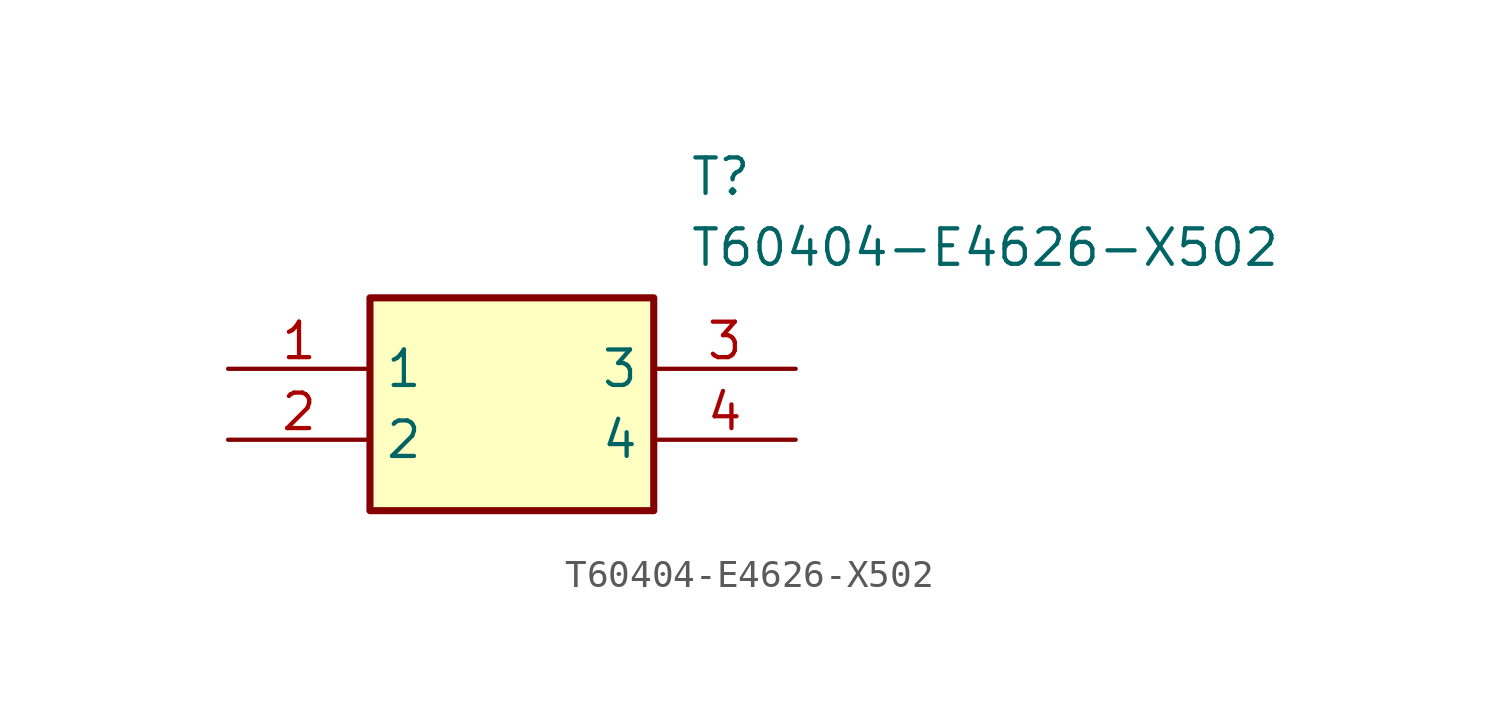
<source format=kicad_sym>
(kicad_symbol_lib
  (version 20211014)
  (generator SamacSys_ECAD_Model)
  (symbol "T60404-E4626-X502"
    (property "Reference" "T"
      (at 16.51 7.62 0)
      (effects (font (size 1.27 1.27)) (justify left top)))
    (property "Value" "T60404-E4626-X502"
      (at 16.51 5.08 0)
      (effects (font (size 1.27 1.27)) (justify left top)))
    (rectangle
      (start 5.08 2.54)
      (end 15.24 -5.08)
      (stroke (width 0.254) (type default))
      (fill (type background)))
    (pin passive line
      (at 0 0 0)
      (length 5.08)
      (name "1" (effects (font (size 1.27 1.27))))
      (number "1" (effects (font (size 1.27 1.27)))))
    (pin passive line
      (at 0 -2.54 0)
      (length 5.08)
      (name "2" (effects (font (size 1.27 1.27))))
      (number "2" (effects (font (size 1.27 1.27)))))
    (pin passive line
      (at 20.32 0 180)
      (length 5.08)
      (name "3" (effects (font (size 1.27 1.27))))
      (number "3" (effects (font (size 1.27 1.27)))))
    (pin passive line
      (at 20.32 -2.54 180)
      (length 5.08)
      (name "4" (effects (font (size 1.27 1.27))))
      (number "4" (effects (font (size 1.27 1.27)))))))
</source>
